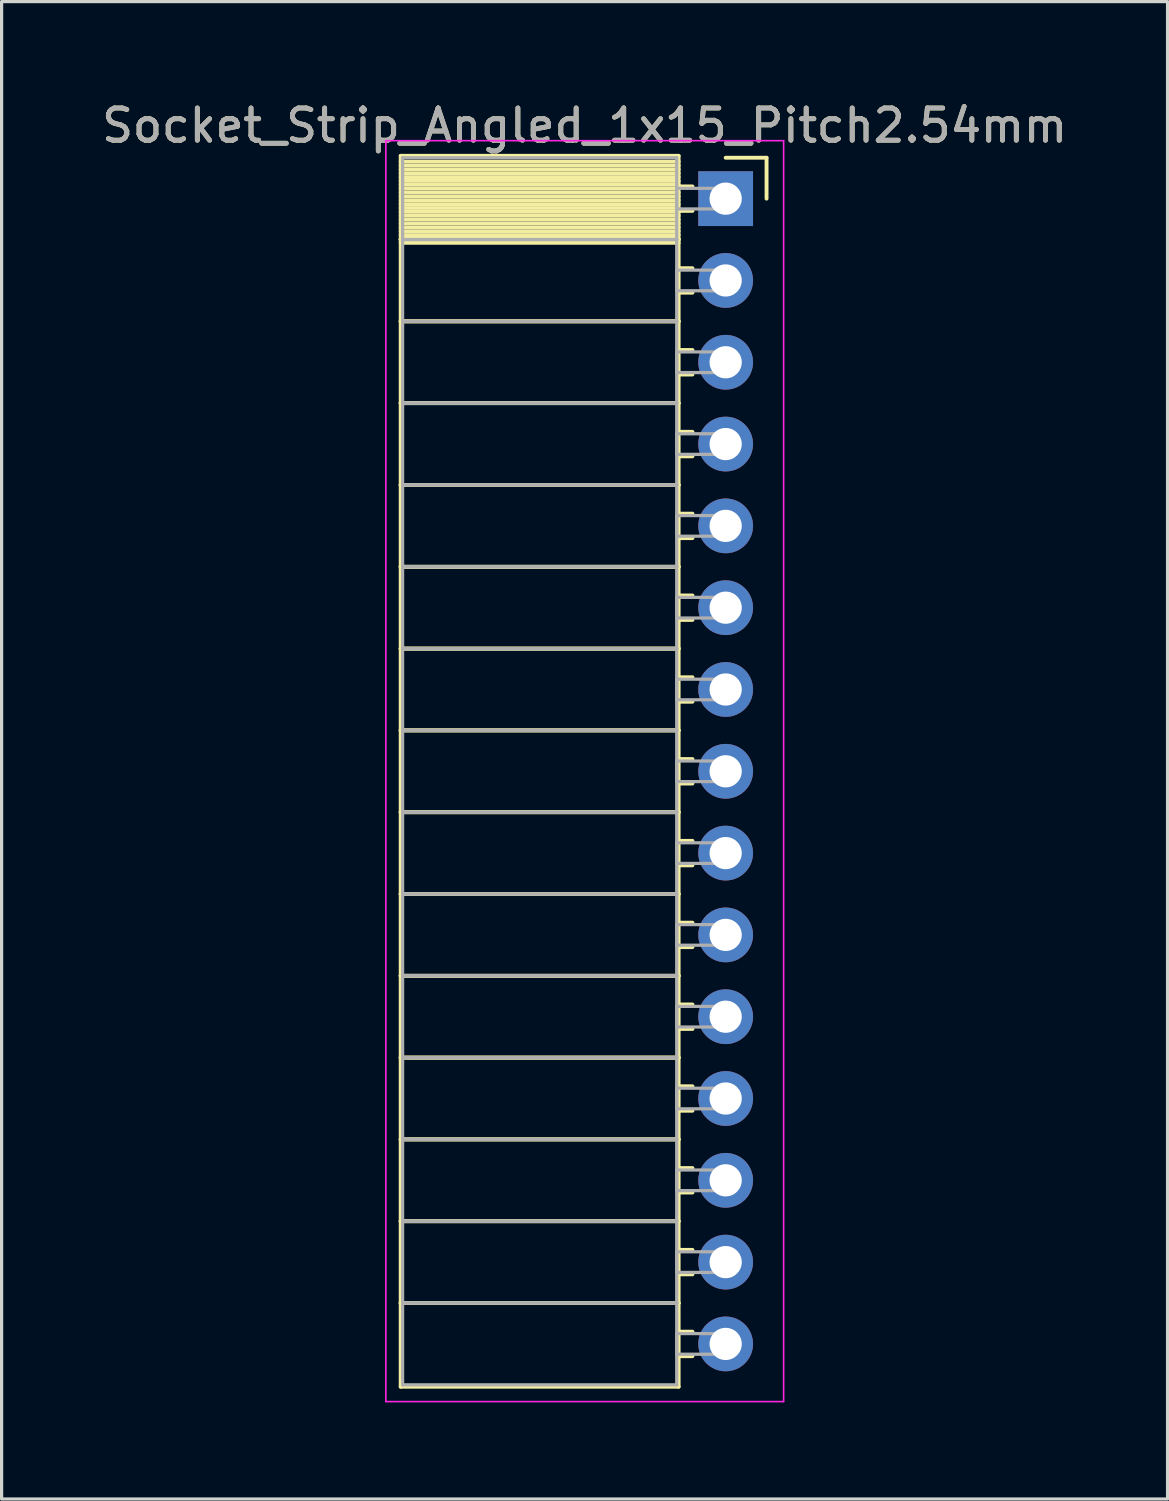
<source format=kicad_pcb>
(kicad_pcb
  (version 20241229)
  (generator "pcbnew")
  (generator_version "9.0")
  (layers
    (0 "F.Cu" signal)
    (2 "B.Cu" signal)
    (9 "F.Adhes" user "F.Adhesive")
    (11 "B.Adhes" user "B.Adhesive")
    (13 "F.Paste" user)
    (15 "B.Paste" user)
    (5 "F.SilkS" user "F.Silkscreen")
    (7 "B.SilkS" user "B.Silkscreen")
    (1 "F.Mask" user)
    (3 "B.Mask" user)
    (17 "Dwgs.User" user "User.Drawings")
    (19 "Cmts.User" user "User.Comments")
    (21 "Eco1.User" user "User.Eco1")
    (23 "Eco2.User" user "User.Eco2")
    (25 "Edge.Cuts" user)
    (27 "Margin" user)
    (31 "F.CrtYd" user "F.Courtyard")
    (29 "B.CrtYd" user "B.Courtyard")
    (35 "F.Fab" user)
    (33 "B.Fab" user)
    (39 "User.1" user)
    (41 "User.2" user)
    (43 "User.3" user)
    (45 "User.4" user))
  (footprint "Socket_Strip_Angled_1x15_Pitch2.54mm"
    (layer "F.Cu")
    (at 19.481 3.118)
    (property "Reference" "Socket_Strip_Angled_1x15_Pitch2.54mm" (at -4.38 -2.27 0) (layer "F.SilkS") (effects (font (size 1 1) (thickness 0.15))))
    (attr through_hole)
    (fp_line (start -10.09 -1.33) (end -1.46 -1.33) (stroke (width 0.12) (type solid)) (layer "F.SilkS"))
    (fp_line (start -10.09 1.27) (end -10.09 -1.33) (stroke (width 0.12) (type solid)) (layer "F.SilkS"))
    (fp_line (start -10.09 1.27) (end -1.46 1.27) (stroke (width 0.12) (type solid)) (layer "F.SilkS"))
    (fp_line (start -10.09 3.81) (end -10.09 1.27) (stroke (width 0.12) (type solid)) (layer "F.SilkS"))
    (fp_line (start -10.09 3.81) (end -1.46 3.81) (stroke (width 0.12) (type solid)) (layer "F.SilkS"))
    (fp_line (start -10.09 6.35) (end -10.09 3.81) (stroke (width 0.12) (type solid)) (layer "F.SilkS"))
    (fp_line (start -10.09 6.35) (end -1.46 6.35) (stroke (width 0.12) (type solid)) (layer "F.SilkS"))
    (fp_line (start -10.09 8.89) (end -10.09 6.35) (stroke (width 0.12) (type solid)) (layer "F.SilkS"))
    (fp_line (start -10.09 8.89) (end -1.46 8.89) (stroke (width 0.12) (type solid)) (layer "F.SilkS"))
    (fp_line (start -10.09 11.43) (end -10.09 8.89) (stroke (width 0.12) (type solid)) (layer "F.SilkS"))
    (fp_line (start -10.09 11.43) (end -1.46 11.43) (stroke (width 0.12) (type solid)) (layer "F.SilkS"))
    (fp_line (start -10.09 13.97) (end -10.09 11.43) (stroke (width 0.12) (type solid)) (layer "F.SilkS"))
    (fp_line (start -10.09 13.97) (end -1.46 13.97) (stroke (width 0.12) (type solid)) (layer "F.SilkS"))
    (fp_line (start -10.09 16.51) (end -10.09 13.97) (stroke (width 0.12) (type solid)) (layer "F.SilkS"))
    (fp_line (start -10.09 16.51) (end -1.46 16.51) (stroke (width 0.12) (type solid)) (layer "F.SilkS"))
    (fp_line (start -10.09 19.05) (end -10.09 16.51) (stroke (width 0.12) (type solid)) (layer "F.SilkS"))
    (fp_line (start -10.09 19.05) (end -1.46 19.05) (stroke (width 0.12) (type solid)) (layer "F.SilkS"))
    (fp_line (start -10.09 21.59) (end -10.09 19.05) (stroke (width 0.12) (type solid)) (layer "F.SilkS"))
    (fp_line (start -10.09 21.59) (end -1.46 21.59) (stroke (width 0.12) (type solid)) (layer "F.SilkS"))
    (fp_line (start -10.09 24.13) (end -10.09 21.59) (stroke (width 0.12) (type solid)) (layer "F.SilkS"))
    (fp_line (start -10.09 24.13) (end -1.46 24.13) (stroke (width 0.12) (type solid)) (layer "F.SilkS"))
    (fp_line (start -10.09 26.67) (end -10.09 24.13) (stroke (width 0.12) (type solid)) (layer "F.SilkS"))
    (fp_line (start -10.09 26.67) (end -1.46 26.67) (stroke (width 0.12) (type solid)) (layer "F.SilkS"))
    (fp_line (start -10.09 29.21) (end -10.09 26.67) (stroke (width 0.12) (type solid)) (layer "F.SilkS"))
    (fp_line (start -10.09 29.21) (end -1.46 29.21) (stroke (width 0.12) (type solid)) (layer "F.SilkS"))
    (fp_line (start -10.09 31.75) (end -10.09 29.21) (stroke (width 0.12) (type solid)) (layer "F.SilkS"))
    (fp_line (start -10.09 31.75) (end -1.46 31.75) (stroke (width 0.12) (type solid)) (layer "F.SilkS"))
    (fp_line (start -10.09 34.29) (end -10.09 31.75) (stroke (width 0.12) (type solid)) (layer "F.SilkS"))
    (fp_line (start -10.09 34.29) (end -1.46 34.29) (stroke (width 0.12) (type solid)) (layer "F.SilkS"))
    (fp_line (start -10.09 36.89) (end -10.09 34.29) (stroke (width 0.12) (type solid)) (layer "F.SilkS"))
    (fp_line (start -1.46 -1.33) (end -1.46 1.27) (stroke (width 0.12) (type solid)) (layer "F.SilkS"))
    (fp_line (start -1.46 -1.15) (end -10.09 -1.15) (stroke (width 0.12) (type solid)) (layer "F.SilkS"))
    (fp_line (start -1.46 -1.03) (end -10.09 -1.03) (stroke (width 0.12) (type solid)) (layer "F.SilkS"))
    (fp_line (start -1.46 -0.91) (end -10.09 -0.91) (stroke (width 0.12) (type solid)) (layer "F.SilkS"))
    (fp_line (start -1.46 -0.79) (end -10.09 -0.79) (stroke (width 0.12) (type solid)) (layer "F.SilkS"))
    (fp_line (start -1.46 -0.67) (end -10.09 -0.67) (stroke (width 0.12) (type solid)) (layer "F.SilkS"))
    (fp_line (start -1.46 -0.55) (end -10.09 -0.55) (stroke (width 0.12) (type solid)) (layer "F.SilkS"))
    (fp_line (start -1.46 -0.43) (end -10.09 -0.43) (stroke (width 0.12) (type solid)) (layer "F.SilkS"))
    (fp_line (start -1.46 -0.31) (end -10.09 -0.31) (stroke (width 0.12) (type solid)) (layer "F.SilkS"))
    (fp_line (start -1.46 -0.19) (end -10.09 -0.19) (stroke (width 0.12) (type solid)) (layer "F.SilkS"))
    (fp_line (start -1.46 -0.07) (end -10.09 -0.07) (stroke (width 0.12) (type solid)) (layer "F.SilkS"))
    (fp_line (start -1.46 0.05) (end -10.09 0.05) (stroke (width 0.12) (type solid)) (layer "F.SilkS"))
    (fp_line (start -1.46 0.17) (end -10.09 0.17) (stroke (width 0.12) (type solid)) (layer "F.SilkS"))
    (fp_line (start -1.46 0.29) (end -10.09 0.29) (stroke (width 0.12) (type solid)) (layer "F.SilkS"))
    (fp_line (start -1.46 0.41) (end -10.09 0.41) (stroke (width 0.12) (type solid)) (layer "F.SilkS"))
    (fp_line (start -1.46 0.53) (end -10.09 0.53) (stroke (width 0.12) (type solid)) (layer "F.SilkS"))
    (fp_line (start -1.46 0.65) (end -10.09 0.65) (stroke (width 0.12) (type solid)) (layer "F.SilkS"))
    (fp_line (start -1.46 0.77) (end -10.09 0.77) (stroke (width 0.12) (type solid)) (layer "F.SilkS"))
    (fp_line (start -1.46 0.89) (end -10.09 0.89) (stroke (width 0.12) (type solid)) (layer "F.SilkS"))
    (fp_line (start -1.46 1.01) (end -10.09 1.01) (stroke (width 0.12) (type solid)) (layer "F.SilkS"))
    (fp_line (start -1.46 1.13) (end -10.09 1.13) (stroke (width 0.12) (type solid)) (layer "F.SilkS"))
    (fp_line (start -1.46 1.25) (end -10.09 1.25) (stroke (width 0.12) (type solid)) (layer "F.SilkS"))
    (fp_line (start -1.46 1.27) (end -10.09 1.27) (stroke (width 0.12) (type solid)) (layer "F.SilkS"))
    (fp_line (start -1.46 1.27) (end -1.46 3.81) (stroke (width 0.12) (type solid)) (layer "F.SilkS"))
    (fp_line (start -1.46 1.37) (end -10.09 1.37) (stroke (width 0.12) (type solid)) (layer "F.SilkS"))
    (fp_line (start -1.46 3.81) (end -10.09 3.81) (stroke (width 0.12) (type solid)) (layer "F.SilkS"))
    (fp_line (start -1.46 3.81) (end -1.46 6.35) (stroke (width 0.12) (type solid)) (layer "F.SilkS"))
    (fp_line (start -1.46 6.35) (end -10.09 6.35) (stroke (width 0.12) (type solid)) (layer "F.SilkS"))
    (fp_line (start -1.46 6.35) (end -1.46 8.89) (stroke (width 0.12) (type solid)) (layer "F.SilkS"))
    (fp_line (start -1.46 8.89) (end -10.09 8.89) (stroke (width 0.12) (type solid)) (layer "F.SilkS"))
    (fp_line (start -1.46 8.89) (end -1.46 11.43) (stroke (width 0.12) (type solid)) (layer "F.SilkS"))
    (fp_line (start -1.46 11.43) (end -10.09 11.43) (stroke (width 0.12) (type solid)) (layer "F.SilkS"))
    (fp_line (start -1.46 11.43) (end -1.46 13.97) (stroke (width 0.12) (type solid)) (layer "F.SilkS"))
    (fp_line (start -1.46 13.97) (end -10.09 13.97) (stroke (width 0.12) (type solid)) (layer "F.SilkS"))
    (fp_line (start -1.46 13.97) (end -1.46 16.51) (stroke (width 0.12) (type solid)) (layer "F.SilkS"))
    (fp_line (start -1.46 16.51) (end -10.09 16.51) (stroke (width 0.12) (type solid)) (layer "F.SilkS"))
    (fp_line (start -1.46 16.51) (end -1.46 19.05) (stroke (width 0.12) (type solid)) (layer "F.SilkS"))
    (fp_line (start -1.46 19.05) (end -10.09 19.05) (stroke (width 0.12) (type solid)) (layer "F.SilkS"))
    (fp_line (start -1.46 19.05) (end -1.46 21.59) (stroke (width 0.12) (type solid)) (layer "F.SilkS"))
    (fp_line (start -1.46 21.59) (end -10.09 21.59) (stroke (width 0.12) (type solid)) (layer "F.SilkS"))
    (fp_line (start -1.46 21.59) (end -1.46 24.13) (stroke (width 0.12) (type solid)) (layer "F.SilkS"))
    (fp_line (start -1.46 24.13) (end -10.09 24.13) (stroke (width 0.12) (type solid)) (layer "F.SilkS"))
    (fp_line (start -1.46 24.13) (end -1.46 26.67) (stroke (width 0.12) (type solid)) (layer "F.SilkS"))
    (fp_line (start -1.46 26.67) (end -10.09 26.67) (stroke (width 0.12) (type solid)) (layer "F.SilkS"))
    (fp_line (start -1.46 26.67) (end -1.46 29.21) (stroke (width 0.12) (type solid)) (layer "F.SilkS"))
    (fp_line (start -1.46 29.21) (end -10.09 29.21) (stroke (width 0.12) (type solid)) (layer "F.SilkS"))
    (fp_line (start -1.46 29.21) (end -1.46 31.75) (stroke (width 0.12) (type solid)) (layer "F.SilkS"))
    (fp_line (start -1.46 31.75) (end -10.09 31.75) (stroke (width 0.12) (type solid)) (layer "F.SilkS"))
    (fp_line (start -1.46 31.75) (end -1.46 34.29) (stroke (width 0.12) (type solid)) (layer "F.SilkS"))
    (fp_line (start -1.46 34.29) (end -10.09 34.29) (stroke (width 0.12) (type solid)) (layer "F.SilkS"))
    (fp_line (start -1.46 34.29) (end -1.46 36.89) (stroke (width 0.12) (type solid)) (layer "F.SilkS"))
    (fp_line (start -1.46 36.89) (end -10.09 36.89) (stroke (width 0.12) (type solid)) (layer "F.SilkS"))
    (fp_line (start -1.03 -0.38) (end -1.46 -0.38) (stroke (width 0.12) (type solid)) (layer "F.SilkS"))
    (fp_line (start -1.03 0.38) (end -1.46 0.38) (stroke (width 0.12) (type solid)) (layer "F.SilkS"))
    (fp_line (start -1.03 2.16) (end -1.46 2.16) (stroke (width 0.12) (type solid)) (layer "F.SilkS"))
    (fp_line (start -1.03 2.92) (end -1.46 2.92) (stroke (width 0.12) (type solid)) (layer "F.SilkS"))
    (fp_line (start -1.03 4.7) (end -1.46 4.7) (stroke (width 0.12) (type solid)) (layer "F.SilkS"))
    (fp_line (start -1.03 5.46) (end -1.46 5.46) (stroke (width 0.12) (type solid)) (layer "F.SilkS"))
    (fp_line (start -1.03 7.24) (end -1.46 7.24) (stroke (width 0.12) (type solid)) (layer "F.SilkS"))
    (fp_line (start -1.03 8) (end -1.46 8) (stroke (width 0.12) (type solid)) (layer "F.SilkS"))
    (fp_line (start -1.03 9.78) (end -1.46 9.78) (stroke (width 0.12) (type solid)) (layer "F.SilkS"))
    (fp_line (start -1.03 10.54) (end -1.46 10.54) (stroke (width 0.12) (type solid)) (layer "F.SilkS"))
    (fp_line (start -1.03 12.32) (end -1.46 12.32) (stroke (width 0.12) (type solid)) (layer "F.SilkS"))
    (fp_line (start -1.03 13.08) (end -1.46 13.08) (stroke (width 0.12) (type solid)) (layer "F.SilkS"))
    (fp_line (start -1.03 14.86) (end -1.46 14.86) (stroke (width 0.12) (type solid)) (layer "F.SilkS"))
    (fp_line (start -1.03 15.62) (end -1.46 15.62) (stroke (width 0.12) (type solid)) (layer "F.SilkS"))
    (fp_line (start -1.03 17.4) (end -1.46 17.4) (stroke (width 0.12) (type solid)) (layer "F.SilkS"))
    (fp_line (start -1.03 18.16) (end -1.46 18.16) (stroke (width 0.12) (type solid)) (layer "F.SilkS"))
    (fp_line (start -1.03 19.94) (end -1.46 19.94) (stroke (width 0.12) (type solid)) (layer "F.SilkS"))
    (fp_line (start -1.03 20.7) (end -1.46 20.7) (stroke (width 0.12) (type solid)) (layer "F.SilkS"))
    (fp_line (start -1.03 22.48) (end -1.46 22.48) (stroke (width 0.12) (type solid)) (layer "F.SilkS"))
    (fp_line (start -1.03 23.24) (end -1.46 23.24) (stroke (width 0.12) (type solid)) (layer "F.SilkS"))
    (fp_line (start -1.03 25.02) (end -1.46 25.02) (stroke (width 0.12) (type solid)) (layer "F.SilkS"))
    (fp_line (start -1.03 25.78) (end -1.46 25.78) (stroke (width 0.12) (type solid)) (layer "F.SilkS"))
    (fp_line (start -1.03 27.56) (end -1.46 27.56) (stroke (width 0.12) (type solid)) (layer "F.SilkS"))
    (fp_line (start -1.03 28.32) (end -1.46 28.32) (stroke (width 0.12) (type solid)) (layer "F.SilkS"))
    (fp_line (start -1.03 30.1) (end -1.46 30.1) (stroke (width 0.12) (type solid)) (layer "F.SilkS"))
    (fp_line (start -1.03 30.86) (end -1.46 30.86) (stroke (width 0.12) (type solid)) (layer "F.SilkS"))
    (fp_line (start -1.03 32.64) (end -1.46 32.64) (stroke (width 0.12) (type solid)) (layer "F.SilkS"))
    (fp_line (start -1.03 33.4) (end -1.46 33.4) (stroke (width 0.12) (type solid)) (layer "F.SilkS"))
    (fp_line (start -1.03 35.18) (end -1.46 35.18) (stroke (width 0.12) (type solid)) (layer "F.SilkS"))
    (fp_line (start -1.03 35.94) (end -1.46 35.94) (stroke (width 0.12) (type solid)) (layer "F.SilkS"))
    (fp_line (start 0 -1.27) (end 1.27 -1.27) (stroke (width 0.12) (type solid)) (layer "F.SilkS"))
    (fp_line (start 1.27 -1.27) (end 1.27 0) (stroke (width 0.12) (type solid)) (layer "F.SilkS"))
    (fp_line (start -10.55 -1.8) (end 1.8 -1.8) (stroke (width 0.05) (type solid)) (layer "F.CrtYd"))
    (fp_line (start -10.55 37.35) (end -10.55 -1.8) (stroke (width 0.05) (type solid)) (layer "F.CrtYd"))
    (fp_line (start 1.8 -1.8) (end 1.8 37.35) (stroke (width 0.05) (type solid)) (layer "F.CrtYd"))
    (fp_line (start 1.8 37.35) (end -10.55 37.35) (stroke (width 0.05) (type solid)) (layer "F.CrtYd"))
    (fp_line (start -10.03 -1.27) (end -1.52 -1.27) (stroke (width 0.1) (type solid)) (layer "F.Fab"))
    (fp_line (start -10.03 1.27) (end -10.03 -1.27) (stroke (width 0.1) (type solid)) (layer "F.Fab"))
    (fp_line (start -10.03 1.27) (end -1.52 1.27) (stroke (width 0.1) (type solid)) (layer "F.Fab"))
    (fp_line (start -10.03 3.81) (end -10.03 1.27) (stroke (width 0.1) (type solid)) (layer "F.Fab"))
    (fp_line (start -10.03 3.81) (end -1.52 3.81) (stroke (width 0.1) (type solid)) (layer "F.Fab"))
    (fp_line (start -10.03 6.35) (end -10.03 3.81) (stroke (width 0.1) (type solid)) (layer "F.Fab"))
    (fp_line (start -10.03 6.35) (end -1.52 6.35) (stroke (width 0.1) (type solid)) (layer "F.Fab"))
    (fp_line (start -10.03 8.89) (end -10.03 6.35) (stroke (width 0.1) (type solid)) (layer "F.Fab"))
    (fp_line (start -10.03 8.89) (end -1.52 8.89) (stroke (width 0.1) (type solid)) (layer "F.Fab"))
    (fp_line (start -10.03 11.43) (end -10.03 8.89) (stroke (width 0.1) (type solid)) (layer "F.Fab"))
    (fp_line (start -10.03 11.43) (end -1.52 11.43) (stroke (width 0.1) (type solid)) (layer "F.Fab"))
    (fp_line (start -10.03 13.97) (end -10.03 11.43) (stroke (width 0.1) (type solid)) (layer "F.Fab"))
    (fp_line (start -10.03 13.97) (end -1.52 13.97) (stroke (width 0.1) (type solid)) (layer "F.Fab"))
    (fp_line (start -10.03 16.51) (end -10.03 13.97) (stroke (width 0.1) (type solid)) (layer "F.Fab"))
    (fp_line (start -10.03 16.51) (end -1.52 16.51) (stroke (width 0.1) (type solid)) (layer "F.Fab"))
    (fp_line (start -10.03 19.05) (end -10.03 16.51) (stroke (width 0.1) (type solid)) (layer "F.Fab"))
    (fp_line (start -10.03 19.05) (end -1.52 19.05) (stroke (width 0.1) (type solid)) (layer "F.Fab"))
    (fp_line (start -10.03 21.59) (end -10.03 19.05) (stroke (width 0.1) (type solid)) (layer "F.Fab"))
    (fp_line (start -10.03 21.59) (end -1.52 21.59) (stroke (width 0.1) (type solid)) (layer "F.Fab"))
    (fp_line (start -10.03 24.13) (end -10.03 21.59) (stroke (width 0.1) (type solid)) (layer "F.Fab"))
    (fp_line (start -10.03 24.13) (end -1.52 24.13) (stroke (width 0.1) (type solid)) (layer "F.Fab"))
    (fp_line (start -10.03 26.67) (end -10.03 24.13) (stroke (width 0.1) (type solid)) (layer "F.Fab"))
    (fp_line (start -10.03 26.67) (end -1.52 26.67) (stroke (width 0.1) (type solid)) (layer "F.Fab"))
    (fp_line (start -10.03 29.21) (end -10.03 26.67) (stroke (width 0.1) (type solid)) (layer "F.Fab"))
    (fp_line (start -10.03 29.21) (end -1.52 29.21) (stroke (width 0.1) (type solid)) (layer "F.Fab"))
    (fp_line (start -10.03 31.75) (end -10.03 29.21) (stroke (width 0.1) (type solid)) (layer "F.Fab"))
    (fp_line (start -10.03 31.75) (end -1.52 31.75) (stroke (width 0.1) (type solid)) (layer "F.Fab"))
    (fp_line (start -10.03 34.29) (end -10.03 31.75) (stroke (width 0.1) (type solid)) (layer "F.Fab"))
    (fp_line (start -10.03 34.29) (end -1.52 34.29) (stroke (width 0.1) (type solid)) (layer "F.Fab"))
    (fp_line (start -10.03 36.83) (end -10.03 34.29) (stroke (width 0.1) (type solid)) (layer "F.Fab"))
    (fp_line (start -1.52 -1.27) (end -1.52 1.27) (stroke (width 0.1) (type solid)) (layer "F.Fab"))
    (fp_line (start -1.52 -0.32) (end 0 -0.32) (stroke (width 0.1) (type solid)) (layer "F.Fab"))
    (fp_line (start -1.52 0.32) (end -1.52 -0.32) (stroke (width 0.1) (type solid)) (layer "F.Fab"))
    (fp_line (start -1.52 1.27) (end -10.03 1.27) (stroke (width 0.1) (type solid)) (layer "F.Fab"))
    (fp_line (start -1.52 1.27) (end -1.52 3.81) (stroke (width 0.1) (type solid)) (layer "F.Fab"))
    (fp_line (start -1.52 2.22) (end 0 2.22) (stroke (width 0.1) (type solid)) (layer "F.Fab"))
    (fp_line (start -1.52 2.86) (end -1.52 2.22) (stroke (width 0.1) (type solid)) (layer "F.Fab"))
    (fp_line (start -1.52 3.81) (end -10.03 3.81) (stroke (width 0.1) (type solid)) (layer "F.Fab"))
    (fp_line (start -1.52 3.81) (end -1.52 6.35) (stroke (width 0.1) (type solid)) (layer "F.Fab"))
    (fp_line (start -1.52 4.76) (end 0 4.76) (stroke (width 0.1) (type solid)) (layer "F.Fab"))
    (fp_line (start -1.52 5.4) (end -1.52 4.76) (stroke (width 0.1) (type solid)) (layer "F.Fab"))
    (fp_line (start -1.52 6.35) (end -10.03 6.35) (stroke (width 0.1) (type solid)) (layer "F.Fab"))
    (fp_line (start -1.52 6.35) (end -1.52 8.89) (stroke (width 0.1) (type solid)) (layer "F.Fab"))
    (fp_line (start -1.52 7.3) (end 0 7.3) (stroke (width 0.1) (type solid)) (layer "F.Fab"))
    (fp_line (start -1.52 7.94) (end -1.52 7.3) (stroke (width 0.1) (type solid)) (layer "F.Fab"))
    (fp_line (start -1.52 8.89) (end -10.03 8.89) (stroke (width 0.1) (type solid)) (layer "F.Fab"))
    (fp_line (start -1.52 8.89) (end -1.52 11.43) (stroke (width 0.1) (type solid)) (layer "F.Fab"))
    (fp_line (start -1.52 9.84) (end 0 9.84) (stroke (width 0.1) (type solid)) (layer "F.Fab"))
    (fp_line (start -1.52 10.48) (end -1.52 9.84) (stroke (width 0.1) (type solid)) (layer "F.Fab"))
    (fp_line (start -1.52 11.43) (end -10.03 11.43) (stroke (width 0.1) (type solid)) (layer "F.Fab"))
    (fp_line (start -1.52 11.43) (end -1.52 13.97) (stroke (width 0.1) (type solid)) (layer "F.Fab"))
    (fp_line (start -1.52 12.38) (end 0 12.38) (stroke (width 0.1) (type solid)) (layer "F.Fab"))
    (fp_line (start -1.52 13.02) (end -1.52 12.38) (stroke (width 0.1) (type solid)) (layer "F.Fab"))
    (fp_line (start -1.52 13.97) (end -10.03 13.97) (stroke (width 0.1) (type solid)) (layer "F.Fab"))
    (fp_line (start -1.52 13.97) (end -1.52 16.51) (stroke (width 0.1) (type solid)) (layer "F.Fab"))
    (fp_line (start -1.52 14.92) (end 0 14.92) (stroke (width 0.1) (type solid)) (layer "F.Fab"))
    (fp_line (start -1.52 15.56) (end -1.52 14.92) (stroke (width 0.1) (type solid)) (layer "F.Fab"))
    (fp_line (start -1.52 16.51) (end -10.03 16.51) (stroke (width 0.1) (type solid)) (layer "F.Fab"))
    (fp_line (start -1.52 16.51) (end -1.52 19.05) (stroke (width 0.1) (type solid)) (layer "F.Fab"))
    (fp_line (start -1.52 17.46) (end 0 17.46) (stroke (width 0.1) (type solid)) (layer "F.Fab"))
    (fp_line (start -1.52 18.1) (end -1.52 17.46) (stroke (width 0.1) (type solid)) (layer "F.Fab"))
    (fp_line (start -1.52 19.05) (end -10.03 19.05) (stroke (width 0.1) (type solid)) (layer "F.Fab"))
    (fp_line (start -1.52 19.05) (end -1.52 21.59) (stroke (width 0.1) (type solid)) (layer "F.Fab"))
    (fp_line (start -1.52 20) (end 0 20) (stroke (width 0.1) (type solid)) (layer "F.Fab"))
    (fp_line (start -1.52 20.64) (end -1.52 20) (stroke (width 0.1) (type solid)) (layer "F.Fab"))
    (fp_line (start -1.52 21.59) (end -10.03 21.59) (stroke (width 0.1) (type solid)) (layer "F.Fab"))
    (fp_line (start -1.52 21.59) (end -1.52 24.13) (stroke (width 0.1) (type solid)) (layer "F.Fab"))
    (fp_line (start -1.52 22.54) (end 0 22.54) (stroke (width 0.1) (type solid)) (layer "F.Fab"))
    (fp_line (start -1.52 23.18) (end -1.52 22.54) (stroke (width 0.1) (type solid)) (layer "F.Fab"))
    (fp_line (start -1.52 24.13) (end -10.03 24.13) (stroke (width 0.1) (type solid)) (layer "F.Fab"))
    (fp_line (start -1.52 24.13) (end -1.52 26.67) (stroke (width 0.1) (type solid)) (layer "F.Fab"))
    (fp_line (start -1.52 25.08) (end 0 25.08) (stroke (width 0.1) (type solid)) (layer "F.Fab"))
    (fp_line (start -1.52 25.72) (end -1.52 25.08) (stroke (width 0.1) (type solid)) (layer "F.Fab"))
    (fp_line (start -1.52 26.67) (end -10.03 26.67) (stroke (width 0.1) (type solid)) (layer "F.Fab"))
    (fp_line (start -1.52 26.67) (end -1.52 29.21) (stroke (width 0.1) (type solid)) (layer "F.Fab"))
    (fp_line (start -1.52 27.62) (end 0 27.62) (stroke (width 0.1) (type solid)) (layer "F.Fab"))
    (fp_line (start -1.52 28.26) (end -1.52 27.62) (stroke (width 0.1) (type solid)) (layer "F.Fab"))
    (fp_line (start -1.52 29.21) (end -10.03 29.21) (stroke (width 0.1) (type solid)) (layer "F.Fab"))
    (fp_line (start -1.52 29.21) (end -1.52 31.75) (stroke (width 0.1) (type solid)) (layer "F.Fab"))
    (fp_line (start -1.52 30.16) (end 0 30.16) (stroke (width 0.1) (type solid)) (layer "F.Fab"))
    (fp_line (start -1.52 30.8) (end -1.52 30.16) (stroke (width 0.1) (type solid)) (layer "F.Fab"))
    (fp_line (start -1.52 31.75) (end -10.03 31.75) (stroke (width 0.1) (type solid)) (layer "F.Fab"))
    (fp_line (start -1.52 31.75) (end -1.52 34.29) (stroke (width 0.1) (type solid)) (layer "F.Fab"))
    (fp_line (start -1.52 32.7) (end 0 32.7) (stroke (width 0.1) (type solid)) (layer "F.Fab"))
    (fp_line (start -1.52 33.34) (end -1.52 32.7) (stroke (width 0.1) (type solid)) (layer "F.Fab"))
    (fp_line (start -1.52 34.29) (end -10.03 34.29) (stroke (width 0.1) (type solid)) (layer "F.Fab"))
    (fp_line (start -1.52 34.29) (end -1.52 36.83) (stroke (width 0.1) (type solid)) (layer "F.Fab"))
    (fp_line (start -1.52 35.24) (end 0 35.24) (stroke (width 0.1) (type solid)) (layer "F.Fab"))
    (fp_line (start -1.52 35.88) (end -1.52 35.24) (stroke (width 0.1) (type solid)) (layer "F.Fab"))
    (fp_line (start -1.52 36.83) (end -10.03 36.83) (stroke (width 0.1) (type solid)) (layer "F.Fab"))
    (fp_line (start 0 -0.32) (end 0 0.32) (stroke (width 0.1) (type solid)) (layer "F.Fab"))
    (fp_line (start 0 0.32) (end -1.52 0.32) (stroke (width 0.1) (type solid)) (layer "F.Fab"))
    (fp_line (start 0 2.22) (end 0 2.86) (stroke (width 0.1) (type solid)) (layer "F.Fab"))
    (fp_line (start 0 2.86) (end -1.52 2.86) (stroke (width 0.1) (type solid)) (layer "F.Fab"))
    (fp_line (start 0 4.76) (end 0 5.4) (stroke (width 0.1) (type solid)) (layer "F.Fab"))
    (fp_line (start 0 5.4) (end -1.52 5.4) (stroke (width 0.1) (type solid)) (layer "F.Fab"))
    (fp_line (start 0 7.3) (end 0 7.94) (stroke (width 0.1) (type solid)) (layer "F.Fab"))
    (fp_line (start 0 7.94) (end -1.52 7.94) (stroke (width 0.1) (type solid)) (layer "F.Fab"))
    (fp_line (start 0 9.84) (end 0 10.48) (stroke (width 0.1) (type solid)) (layer "F.Fab"))
    (fp_line (start 0 10.48) (end -1.52 10.48) (stroke (width 0.1) (type solid)) (layer "F.Fab"))
    (fp_line (start 0 12.38) (end 0 13.02) (stroke (width 0.1) (type solid)) (layer "F.Fab"))
    (fp_line (start 0 13.02) (end -1.52 13.02) (stroke (width 0.1) (type solid)) (layer "F.Fab"))
    (fp_line (start 0 14.92) (end 0 15.56) (stroke (width 0.1) (type solid)) (layer "F.Fab"))
    (fp_line (start 0 15.56) (end -1.52 15.56) (stroke (width 0.1) (type solid)) (layer "F.Fab"))
    (fp_line (start 0 17.46) (end 0 18.1) (stroke (width 0.1) (type solid)) (layer "F.Fab"))
    (fp_line (start 0 18.1) (end -1.52 18.1) (stroke (width 0.1) (type solid)) (layer "F.Fab"))
    (fp_line (start 0 20) (end 0 20.64) (stroke (width 0.1) (type solid)) (layer "F.Fab"))
    (fp_line (start 0 20.64) (end -1.52 20.64) (stroke (width 0.1) (type solid)) (layer "F.Fab"))
    (fp_line (start 0 22.54) (end 0 23.18) (stroke (width 0.1) (type solid)) (layer "F.Fab"))
    (fp_line (start 0 23.18) (end -1.52 23.18) (stroke (width 0.1) (type solid)) (layer "F.Fab"))
    (fp_line (start 0 25.08) (end 0 25.72) (stroke (width 0.1) (type solid)) (layer "F.Fab"))
    (fp_line (start 0 25.72) (end -1.52 25.72) (stroke (width 0.1) (type solid)) (layer "F.Fab"))
    (fp_line (start 0 27.62) (end 0 28.26) (stroke (width 0.1) (type solid)) (layer "F.Fab"))
    (fp_line (start 0 28.26) (end -1.52 28.26) (stroke (width 0.1) (type solid)) (layer "F.Fab"))
    (fp_line (start 0 30.16) (end 0 30.8) (stroke (width 0.1) (type solid)) (layer "F.Fab"))
    (fp_line (start 0 30.8) (end -1.52 30.8) (stroke (width 0.1) (type solid)) (layer "F.Fab"))
    (fp_line (start 0 32.7) (end 0 33.34) (stroke (width 0.1) (type solid)) (layer "F.Fab"))
    (fp_line (start 0 33.34) (end -1.52 33.34) (stroke (width 0.1) (type solid)) (layer "F.Fab"))
    (fp_line (start 0 35.24) (end 0 35.88) (stroke (width 0.1) (type solid)) (layer "F.Fab"))
    (fp_line (start 0 35.88) (end -1.52 35.88) (stroke (width 0.1) (type solid)) (layer "F.Fab"))
    (fp_text user "${REFERENCE}" (at -4.38 -2.27 0) (layer "F.Fab") (effects (font (size 1 1) (thickness 0.15))))
    (pad "1" thru_hole rect (at 0 0) (size 1.7 1.7) (drill 1) (layers "*.Cu" "*.Mask"))
    (pad "2" thru_hole oval (at 0 2.54) (size 1.7 1.7) (drill 1) (layers "*.Cu" "*.Mask"))
    (pad "3" thru_hole oval (at 0 5.08) (size 1.7 1.7) (drill 1) (layers "*.Cu" "*.Mask"))
    (pad "4" thru_hole oval (at 0 7.62) (size 1.7 1.7) (drill 1) (layers "*.Cu" "*.Mask"))
    (pad "5" thru_hole oval (at 0 10.16) (size 1.7 1.7) (drill 1) (layers "*.Cu" "*.Mask"))
    (pad "6" thru_hole oval (at 0 12.7) (size 1.7 1.7) (drill 1) (layers "*.Cu" "*.Mask"))
    (pad "7" thru_hole oval (at 0 15.24) (size 1.7 1.7) (drill 1) (layers "*.Cu" "*.Mask"))
    (pad "8" thru_hole oval (at 0 17.78) (size 1.7 1.7) (drill 1) (layers "*.Cu" "*.Mask"))
    (pad "9" thru_hole oval (at 0 20.32) (size 1.7 1.7) (drill 1) (layers "*.Cu" "*.Mask"))
    (pad "10" thru_hole oval (at 0 22.86) (size 1.7 1.7) (drill 1) (layers "*.Cu" "*.Mask"))
    (pad "11" thru_hole oval (at 0 25.4) (size 1.7 1.7) (drill 1) (layers "*.Cu" "*.Mask"))
    (pad "12" thru_hole oval (at 0 27.94) (size 1.7 1.7) (drill 1) (layers "*.Cu" "*.Mask"))
    (pad "13" thru_hole oval (at 0 30.48) (size 1.7 1.7) (drill 1) (layers "*.Cu" "*.Mask"))
    (pad "14" thru_hole oval (at 0 33.02) (size 1.7 1.7) (drill 1) (layers "*.Cu" "*.Mask"))
    (pad "15" thru_hole oval (at 0 35.56) (size 1.7 1.7) (drill 1) (layers "*.Cu" "*.Mask")))
  (gr_rect
    (start -3 -3)
    (end 33.202 43.493)
    (stroke (width 0.1) (type default))
    (fill no)
    (layer "Edge.Cuts")))
</source>
